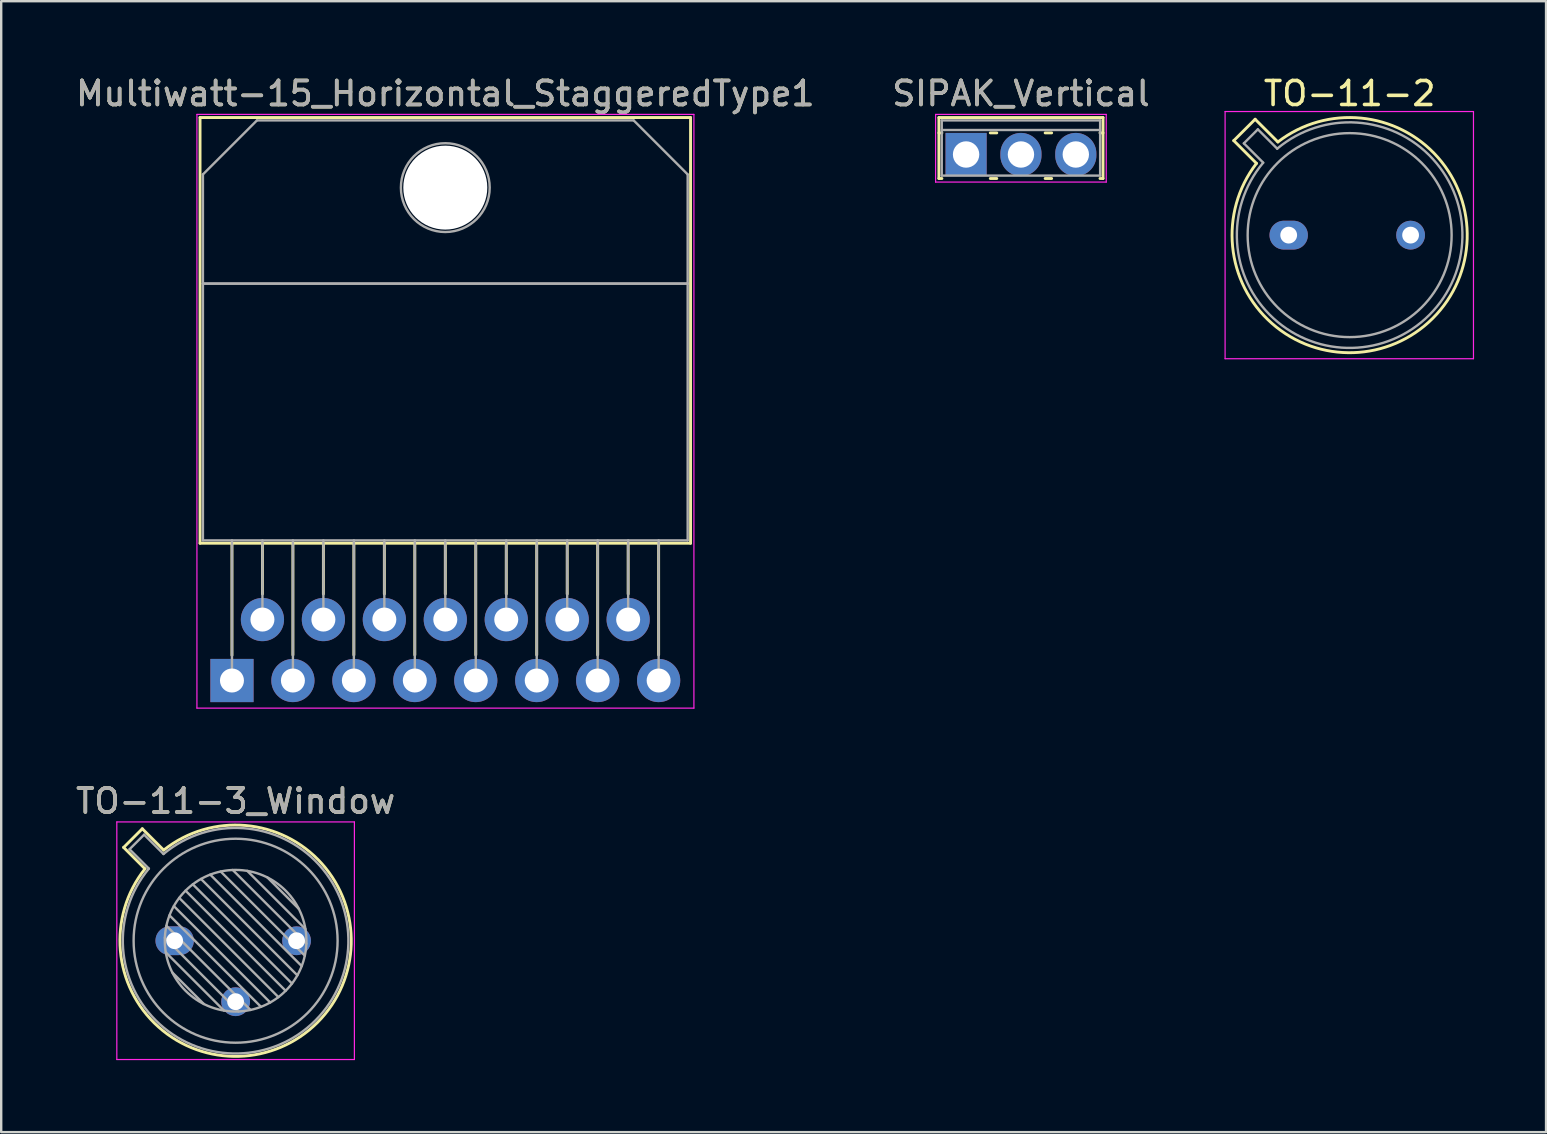
<source format=kicad_pcb>
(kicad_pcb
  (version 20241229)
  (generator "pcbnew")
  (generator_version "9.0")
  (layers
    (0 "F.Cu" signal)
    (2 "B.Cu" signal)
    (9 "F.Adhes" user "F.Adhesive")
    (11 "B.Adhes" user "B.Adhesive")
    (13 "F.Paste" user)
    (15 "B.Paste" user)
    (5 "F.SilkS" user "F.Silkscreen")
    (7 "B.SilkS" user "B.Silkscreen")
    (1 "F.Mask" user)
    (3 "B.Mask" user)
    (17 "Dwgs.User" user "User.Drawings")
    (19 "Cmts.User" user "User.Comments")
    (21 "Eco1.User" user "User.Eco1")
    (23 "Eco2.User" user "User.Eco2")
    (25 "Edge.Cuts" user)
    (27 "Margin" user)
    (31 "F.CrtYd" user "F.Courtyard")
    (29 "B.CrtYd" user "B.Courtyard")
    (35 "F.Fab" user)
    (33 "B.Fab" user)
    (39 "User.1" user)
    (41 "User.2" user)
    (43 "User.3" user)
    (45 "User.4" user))
  (footprint "TO-11-2"
    (layer "F.Cu")
    (at 50.651 6.748)
    (property "Reference" "TO-11-2" (at 2.54 -5.9 0) (layer "F.SilkS") (effects (font (size 1 1) (thickness 0.15))))
    (attr through_hole)
    (fp_line (start -2.289 -3.938) (end -1.342 -2.991) (stroke (width 0.12) (type solid)) (layer "F.SilkS"))
    (fp_line (start -1.398 -4.829) (end -2.289 -3.938) (stroke (width 0.12) (type solid)) (layer "F.SilkS"))
    (fp_line (start -0.451 -3.882) (end -1.398 -4.829) (stroke (width 0.12) (type solid)) (layer "F.SilkS"))
    (fp_arc (start -0.450589 -3.881543) (mid 6.005607 3.46404) (end -1.342895 -2.988833) (stroke (width 0.12) (type solid)) (layer "F.SilkS"))
    (fp_line (start -2.65 -5.15) (end -2.65 5.15) (stroke (width 0.05) (type solid)) (layer "F.CrtYd"))
    (fp_line (start -2.65 5.15) (end 7.7 5.15) (stroke (width 0.05) (type solid)) (layer "F.CrtYd"))
    (fp_line (start 7.7 -5.15) (end -2.65 -5.15) (stroke (width 0.05) (type solid)) (layer "F.CrtYd"))
    (fp_line (start 7.7 5.15) (end 7.7 -5.15) (stroke (width 0.05) (type solid)) (layer "F.CrtYd"))
    (fp_line (start -1.868 -3.825) (end -1.062 -3.019) (stroke (width 0.1) (type solid)) (layer "F.Fab"))
    (fp_line (start -1.285 -4.408) (end -1.868 -3.825) (stroke (width 0.1) (type solid)) (layer "F.Fab"))
    (fp_line (start -0.479 -3.602) (end -1.285 -4.408) (stroke (width 0.1) (type solid)) (layer "F.Fab"))
    (fp_arc (start -0.478935 -3.602226) (mid 5.864303 3.322501) (end -1.063862 -3.016982) (stroke (width 0.1) (type solid)) (layer "F.Fab"))
    (fp_circle (center 2.54 0) (end 6.79 0) (stroke (width 0.1) (type solid)) (fill no) (layer "F.Fab"))
    (pad "1" thru_hole oval (at 0 0) (size 1.6 1.2) (drill 0.7) (layers "*.Cu" "*.Mask"))
    (pad "2" thru_hole oval (at 5.08 0) (size 1.2 1.2) (drill 0.7) (layers "*.Cu" "*.Mask")))
  (footprint "TO-11-3_Window"
    (layer "F.Cu")
    (at 4.228 36.151)
    (property "Reference" "TO-11-3_Window" (at 2.54 -5.82 0) (layer "F.SilkS") (effects (font (size 1 1) (thickness 0.15))))
    (attr through_hole)
    (fp_line (start -2.126 -3.888) (end -1.235 -2.997) (stroke (width 0.12) (type solid)) (layer "F.SilkS"))
    (fp_line (start -1.348 -4.666) (end -2.126 -3.888) (stroke (width 0.12) (type solid)) (layer "F.SilkS"))
    (fp_line (start -0.457 -3.775) (end -1.348 -4.666) (stroke (width 0.12) (type solid)) (layer "F.SilkS"))
    (fp_arc (start -0.457084 -3.774902) (mid 5.948125 3.408384) (end -1.234674 -2.997371) (stroke (width 0.12) (type solid)) (layer "F.SilkS"))
    (fp_line (start -2.41 -4.95) (end -2.41 4.95) (stroke (width 0.05) (type solid)) (layer "F.CrtYd"))
    (fp_line (start -2.41 4.95) (end 7.49 4.95) (stroke (width 0.05) (type solid)) (layer "F.CrtYd"))
    (fp_line (start 7.49 -4.95) (end -2.41 -4.95) (stroke (width 0.05) (type solid)) (layer "F.CrtYd"))
    (fp_line (start 7.49 4.95) (end 7.49 -4.95) (stroke (width 0.05) (type solid)) (layer "F.CrtYd"))
    (fp_line (start -1.88 -3.812) (end -1.074 -3.005) (stroke (width 0.1) (type solid)) (layer "F.Fab"))
    (fp_line (start -1.272 -4.42) (end -1.88 -3.812) (stroke (width 0.1) (type solid)) (layer "F.Fab"))
    (fp_line (start -0.465 -3.614) (end -1.272 -4.42) (stroke (width 0.1) (type solid)) (layer "F.Fab"))
    (fp_line (start -0.408 -0.12) (end 2.66 2.948) (stroke (width 0.1) (type solid)) (layer "F.Fab"))
    (fp_line (start -0.371 0.485) (end 2.055 2.911) (stroke (width 0.1) (type solid)) (layer "F.Fab"))
    (fp_line (start -0.344 -0.622) (end 3.162 2.884) (stroke (width 0.1) (type solid)) (layer "F.Fab"))
    (fp_line (start -0.215 -1.058) (end 3.598 2.755) (stroke (width 0.1) (type solid)) (layer "F.Fab"))
    (fp_line (start -0.097 1.324) (end 1.216 2.637) (stroke (width 0.1) (type solid)) (layer "F.Fab"))
    (fp_line (start -0.034 -1.443) (end 3.983 2.574) (stroke (width 0.1) (type solid)) (layer "F.Fab"))
    (fp_line (start 0.19 -1.784) (end 4.324 2.35) (stroke (width 0.1) (type solid)) (layer "F.Fab"))
    (fp_line (start 0.454 -2.086) (end 4.626 2.086) (stroke (width 0.1) (type solid)) (layer "F.Fab"))
    (fp_line (start 0.756 -2.35) (end 4.89 1.784) (stroke (width 0.1) (type solid)) (layer "F.Fab"))
    (fp_line (start 1.097 -2.574) (end 5.114 1.443) (stroke (width 0.1) (type solid)) (layer "F.Fab"))
    (fp_line (start 1.482 -2.755) (end 5.295 1.058) (stroke (width 0.1) (type solid)) (layer "F.Fab"))
    (fp_line (start 1.918 -2.884) (end 5.424 0.622) (stroke (width 0.1) (type solid)) (layer "F.Fab"))
    (fp_line (start 2.42 -2.948) (end 5.488 0.12) (stroke (width 0.1) (type solid)) (layer "F.Fab"))
    (fp_line (start 3.025 -2.911) (end 5.451 -0.485) (stroke (width 0.1) (type solid)) (layer "F.Fab"))
    (fp_line (start 3.864 -2.637) (end 5.177 -1.324) (stroke (width 0.1) (type solid)) (layer "F.Fab"))
    (fp_arc (start -0.465408 -3.61352) (mid 5.863443 3.323361) (end -1.073594 -3.005319) (stroke (width 0.1) (type solid)) (layer "F.Fab"))
    (fp_circle (center 2.54 0) (end 5.49 0) (stroke (width 0.1) (type solid)) (fill no) (layer "F.Fab"))
    (fp_circle (center 2.54 0) (end 6.79 0) (stroke (width 0.1) (type solid)) (fill no) (layer "F.Fab"))
    (fp_text user "${REFERENCE}" (at 2.54 -5.82 0) (layer "F.Fab") (effects (font (size 1 1) (thickness 0.15))))
    (pad "1" thru_hole oval (at 0 0) (size 1.6 1.2) (drill 0.7) (layers "*.Cu" "*.Mask"))
    (pad "2" thru_hole oval (at 2.54 2.54) (size 1.2 1.2) (drill 0.7) (layers "*.Cu" "*.Mask"))
    (pad "3" thru_hole oval (at 5.08 0) (size 1.2 1.2) (drill 0.7) (layers "*.Cu" "*.Mask")))
  (footprint "SIPAK_Vertical"
    (layer "F.Cu")
    (at 37.208 3.388)
    (property "Reference" "SIPAK_Vertical" (at 2.286 -2.54 0) (layer "F.SilkS") (effects (font (size 1 1) (thickness 0.15))))
    (attr through_hole)
    (fp_line (start -1.134 -1.54) (end -1.134 1) (stroke (width 0.12) (type solid)) (layer "F.SilkS"))
    (fp_line (start -1.134 -1.54) (end 5.706 -1.54) (stroke (width 0.12) (type solid)) (layer "F.SilkS"))
    (fp_line (start -1.134 -0.9) (end -1.008 -0.9) (stroke (width 0.12) (type solid)) (layer "F.SilkS"))
    (fp_line (start -1.134 1) (end -1.008 1) (stroke (width 0.12) (type solid)) (layer "F.SilkS"))
    (fp_line (start 1.008 -0.9) (end 1.279 -0.9) (stroke (width 0.12) (type solid)) (layer "F.SilkS"))
    (fp_line (start 1.008 1) (end 1.279 1) (stroke (width 0.12) (type solid)) (layer "F.SilkS"))
    (fp_line (start 3.294 -0.9) (end 3.565 -0.9) (stroke (width 0.12) (type solid)) (layer "F.SilkS"))
    (fp_line (start 3.294 1) (end 3.565 1) (stroke (width 0.12) (type solid)) (layer "F.SilkS"))
    (fp_line (start 5.58 -0.9) (end 5.706 -0.9) (stroke (width 0.12) (type solid)) (layer "F.SilkS"))
    (fp_line (start 5.58 1) (end 5.706 1) (stroke (width 0.12) (type solid)) (layer "F.SilkS"))
    (fp_line (start 5.706 -1.54) (end 5.706 1) (stroke (width 0.12) (type solid)) (layer "F.SilkS"))
    (fp_line (start -1.27 -1.67) (end -1.27 1.15) (stroke (width 0.05) (type solid)) (layer "F.CrtYd"))
    (fp_line (start -1.27 1.15) (end 5.84 1.15) (stroke (width 0.05) (type solid)) (layer "F.CrtYd"))
    (fp_line (start 5.84 -1.67) (end -1.27 -1.67) (stroke (width 0.05) (type solid)) (layer "F.CrtYd"))
    (fp_line (start 5.84 1.15) (end 5.84 -1.67) (stroke (width 0.05) (type solid)) (layer "F.CrtYd"))
    (fp_line (start -1.014 -1.42) (end -1.014 0.88) (stroke (width 0.1) (type solid)) (layer "F.Fab"))
    (fp_line (start -1.014 -1.02) (end 5.586 -1.02) (stroke (width 0.1) (type solid)) (layer "F.Fab"))
    (fp_line (start -1.014 0.88) (end 5.586 0.88) (stroke (width 0.1) (type solid)) (layer "F.Fab"))
    (fp_line (start 5.586 -1.42) (end -1.014 -1.42) (stroke (width 0.1) (type solid)) (layer "F.Fab"))
    (fp_line (start 5.586 0.88) (end 5.586 -1.42) (stroke (width 0.1) (type solid)) (layer "F.Fab"))
    (fp_text user "${REFERENCE}" (at 2.286 -2.54 0) (layer "F.Fab") (effects (font (size 1 1) (thickness 0.15))))
    (pad "1" thru_hole rect (at 0 0) (size 1.714 1.8) (drill 1.1) (layers "*.Cu" "*.Mask"))
    (pad "2" thru_hole oval (at 2.286 0) (size 1.714 1.8) (drill 1.1) (layers "*.Cu" "*.Mask"))
    (pad "3" thru_hole oval (at 4.572 0) (size 1.714 1.8) (drill 1.1) (layers "*.Cu" "*.Mask")))
  (footprint "Multiwatt-15_Horizontal_StaggeredType1"
    (layer "F.Cu")
    (at 6.616 25.308)
    (property "Reference" "Multiwatt-15_Horizontal_StaggeredType1" (at 8.89 -24.46 0) (layer "F.SilkS") (effects (font (size 1 1) (thickness 0.15))))
    (attr through_hole)
    (fp_line (start -1.33 -23.46) (end -1.33 -5.72) (stroke (width 0.12) (type solid)) (layer "F.SilkS"))
    (fp_line (start -1.33 -23.46) (end 19.11 -23.46) (stroke (width 0.12) (type solid)) (layer "F.SilkS"))
    (fp_line (start -1.33 -5.72) (end 19.11 -5.72) (stroke (width 0.12) (type solid)) (layer "F.SilkS"))
    (fp_line (start 0 -5.72) (end 0 -1.05) (stroke (width 0.12) (type solid)) (layer "F.SilkS"))
    (fp_line (start 1.27 -5.72) (end 1.27 -3.606) (stroke (width 0.12) (type solid)) (layer "F.SilkS"))
    (fp_line (start 2.54 -5.72) (end 2.54 -1.065) (stroke (width 0.12) (type solid)) (layer "F.SilkS"))
    (fp_line (start 3.81 -5.72) (end 3.81 -3.606) (stroke (width 0.12) (type solid)) (layer "F.SilkS"))
    (fp_line (start 5.08 -5.72) (end 5.08 -1.065) (stroke (width 0.12) (type solid)) (layer "F.SilkS"))
    (fp_line (start 6.35 -5.72) (end 6.35 -3.606) (stroke (width 0.12) (type solid)) (layer "F.SilkS"))
    (fp_line (start 7.62 -5.72) (end 7.62 -1.065) (stroke (width 0.12) (type solid)) (layer "F.SilkS"))
    (fp_line (start 8.89 -5.72) (end 8.89 -3.606) (stroke (width 0.12) (type solid)) (layer "F.SilkS"))
    (fp_line (start 10.16 -5.72) (end 10.16 -1.065) (stroke (width 0.12) (type solid)) (layer "F.SilkS"))
    (fp_line (start 11.43 -5.72) (end 11.43 -3.606) (stroke (width 0.12) (type solid)) (layer "F.SilkS"))
    (fp_line (start 12.7 -5.72) (end 12.7 -1.065) (stroke (width 0.12) (type solid)) (layer "F.SilkS"))
    (fp_line (start 13.97 -5.72) (end 13.97 -3.606) (stroke (width 0.12) (type solid)) (layer "F.SilkS"))
    (fp_line (start 15.24 -5.72) (end 15.24 -1.065) (stroke (width 0.12) (type solid)) (layer "F.SilkS"))
    (fp_line (start 16.51 -5.72) (end 16.51 -3.606) (stroke (width 0.12) (type solid)) (layer "F.SilkS"))
    (fp_line (start 17.78 -5.72) (end 17.78 -1.065) (stroke (width 0.12) (type solid)) (layer "F.SilkS"))
    (fp_line (start 19.11 -23.46) (end 19.11 -5.72) (stroke (width 0.12) (type solid)) (layer "F.SilkS"))
    (fp_line (start -1.46 -23.59) (end -1.46 1.15) (stroke (width 0.05) (type solid)) (layer "F.CrtYd"))
    (fp_line (start -1.46 1.15) (end 19.25 1.15) (stroke (width 0.05) (type solid)) (layer "F.CrtYd"))
    (fp_line (start 19.25 -23.59) (end -1.46 -23.59) (stroke (width 0.05) (type solid)) (layer "F.CrtYd"))
    (fp_line (start 19.25 1.15) (end 19.25 -23.59) (stroke (width 0.05) (type solid)) (layer "F.CrtYd"))
    (fp_line (start -1.21 -21.09) (end 1.041 -23.34) (stroke (width 0.1) (type solid)) (layer "F.Fab"))
    (fp_line (start -1.21 -16.54) (end -1.21 -21.09) (stroke (width 0.1) (type solid)) (layer "F.Fab"))
    (fp_line (start -1.21 -16.54) (end 18.99 -16.54) (stroke (width 0.1) (type solid)) (layer "F.Fab"))
    (fp_line (start -1.21 -5.84) (end -1.21 -16.54) (stroke (width 0.1) (type solid)) (layer "F.Fab"))
    (fp_line (start 0 -5.84) (end 0 0) (stroke (width 0.1) (type solid)) (layer "F.Fab"))
    (fp_line (start 1.041 -23.34) (end 16.74 -23.34) (stroke (width 0.1) (type solid)) (layer "F.Fab"))
    (fp_line (start 1.27 -5.84) (end 1.27 -2.54) (stroke (width 0.1) (type solid)) (layer "F.Fab"))
    (fp_line (start 2.54 -5.84) (end 2.54 0) (stroke (width 0.1) (type solid)) (layer "F.Fab"))
    (fp_line (start 3.81 -5.84) (end 3.81 -2.54) (stroke (width 0.1) (type solid)) (layer "F.Fab"))
    (fp_line (start 5.08 -5.84) (end 5.08 0) (stroke (width 0.1) (type solid)) (layer "F.Fab"))
    (fp_line (start 6.35 -5.84) (end 6.35 -2.54) (stroke (width 0.1) (type solid)) (layer "F.Fab"))
    (fp_line (start 7.62 -5.84) (end 7.62 0) (stroke (width 0.1) (type solid)) (layer "F.Fab"))
    (fp_line (start 8.89 -5.84) (end 8.89 -2.54) (stroke (width 0.1) (type solid)) (layer "F.Fab"))
    (fp_line (start 10.16 -5.84) (end 10.16 0) (stroke (width 0.1) (type solid)) (layer "F.Fab"))
    (fp_line (start 11.43 -5.84) (end 11.43 -2.54) (stroke (width 0.1) (type solid)) (layer "F.Fab"))
    (fp_line (start 12.7 -5.84) (end 12.7 0) (stroke (width 0.1) (type solid)) (layer "F.Fab"))
    (fp_line (start 13.97 -5.84) (end 13.97 -2.54) (stroke (width 0.1) (type solid)) (layer "F.Fab"))
    (fp_line (start 15.24 -5.84) (end 15.24 0) (stroke (width 0.1) (type solid)) (layer "F.Fab"))
    (fp_line (start 16.51 -5.84) (end 16.51 -2.54) (stroke (width 0.1) (type solid)) (layer "F.Fab"))
    (fp_line (start 16.74 -23.34) (end 18.99 -21.09) (stroke (width 0.1) (type solid)) (layer "F.Fab"))
    (fp_line (start 17.78 -5.84) (end 17.78 0) (stroke (width 0.1) (type solid)) (layer "F.Fab"))
    (fp_line (start 18.99 -21.09) (end 18.99 -16.54) (stroke (width 0.1) (type solid)) (layer "F.Fab"))
    (fp_line (start 18.99 -16.54) (end -1.21 -16.54) (stroke (width 0.1) (type solid)) (layer "F.Fab"))
    (fp_line (start 18.99 -16.54) (end 18.99 -5.84) (stroke (width 0.1) (type solid)) (layer "F.Fab"))
    (fp_line (start 18.99 -5.84) (end -1.21 -5.84) (stroke (width 0.1) (type solid)) (layer "F.Fab"))
    (fp_circle (center 8.89 -20.54) (end 10.74 -20.54) (stroke (width 0.1) (type solid)) (fill no) (layer "F.Fab"))
    (fp_text user "${REFERENCE}" (at 8.89 -24.46 0) (layer "F.Fab") (effects (font (size 1 1) (thickness 0.15))))
    (pad "" np_thru_hole oval (at 8.89 -20.54) (size 3.5 3.5) (drill 3.5) (layers "*.Cu" "*.Mask"))
    (pad "1" thru_hole rect (at 0 0) (size 1.8 1.8) (drill 1) (layers "*.Cu" "*.Mask"))
    (pad "2" thru_hole oval (at 1.27 -2.54) (size 1.8 1.8) (drill 1) (layers "*.Cu" "*.Mask"))
    (pad "3" thru_hole oval (at 2.54 0) (size 1.8 1.8) (drill 1) (layers "*.Cu" "*.Mask"))
    (pad "4" thru_hole oval (at 3.81 -2.54) (size 1.8 1.8) (drill 1) (layers "*.Cu" "*.Mask"))
    (pad "5" thru_hole oval (at 5.08 0) (size 1.8 1.8) (drill 1) (layers "*.Cu" "*.Mask"))
    (pad "6" thru_hole oval (at 6.35 -2.54) (size 1.8 1.8) (drill 1) (layers "*.Cu" "*.Mask"))
    (pad "7" thru_hole oval (at 7.62 0) (size 1.8 1.8) (drill 1) (layers "*.Cu" "*.Mask"))
    (pad "8" thru_hole oval (at 8.89 -2.54) (size 1.8 1.8) (drill 1) (layers "*.Cu" "*.Mask"))
    (pad "9" thru_hole oval (at 10.16 0) (size 1.8 1.8) (drill 1) (layers "*.Cu" "*.Mask"))
    (pad "10" thru_hole oval (at 11.43 -2.54) (size 1.8 1.8) (drill 1) (layers "*.Cu" "*.Mask"))
    (pad "11" thru_hole oval (at 12.7 0) (size 1.8 1.8) (drill 1) (layers "*.Cu" "*.Mask"))
    (pad "12" thru_hole oval (at 13.97 -2.54) (size 1.8 1.8) (drill 1) (layers "*.Cu" "*.Mask"))
    (pad "13" thru_hole oval (at 15.24 0) (size 1.8 1.8) (drill 1) (layers "*.Cu" "*.Mask"))
    (pad "14" thru_hole oval (at 16.51 -2.54) (size 1.8 1.8) (drill 1) (layers "*.Cu" "*.Mask"))
    (pad "15" thru_hole oval (at 17.78 0) (size 1.8 1.8) (drill 1) (layers "*.Cu" "*.Mask")))
  (gr_rect
    (start -3 -3)
    (end 61.376 44.127)
    (stroke (width 0.1) (type default))
    (fill no)
    (layer "Edge.Cuts")))
</source>
